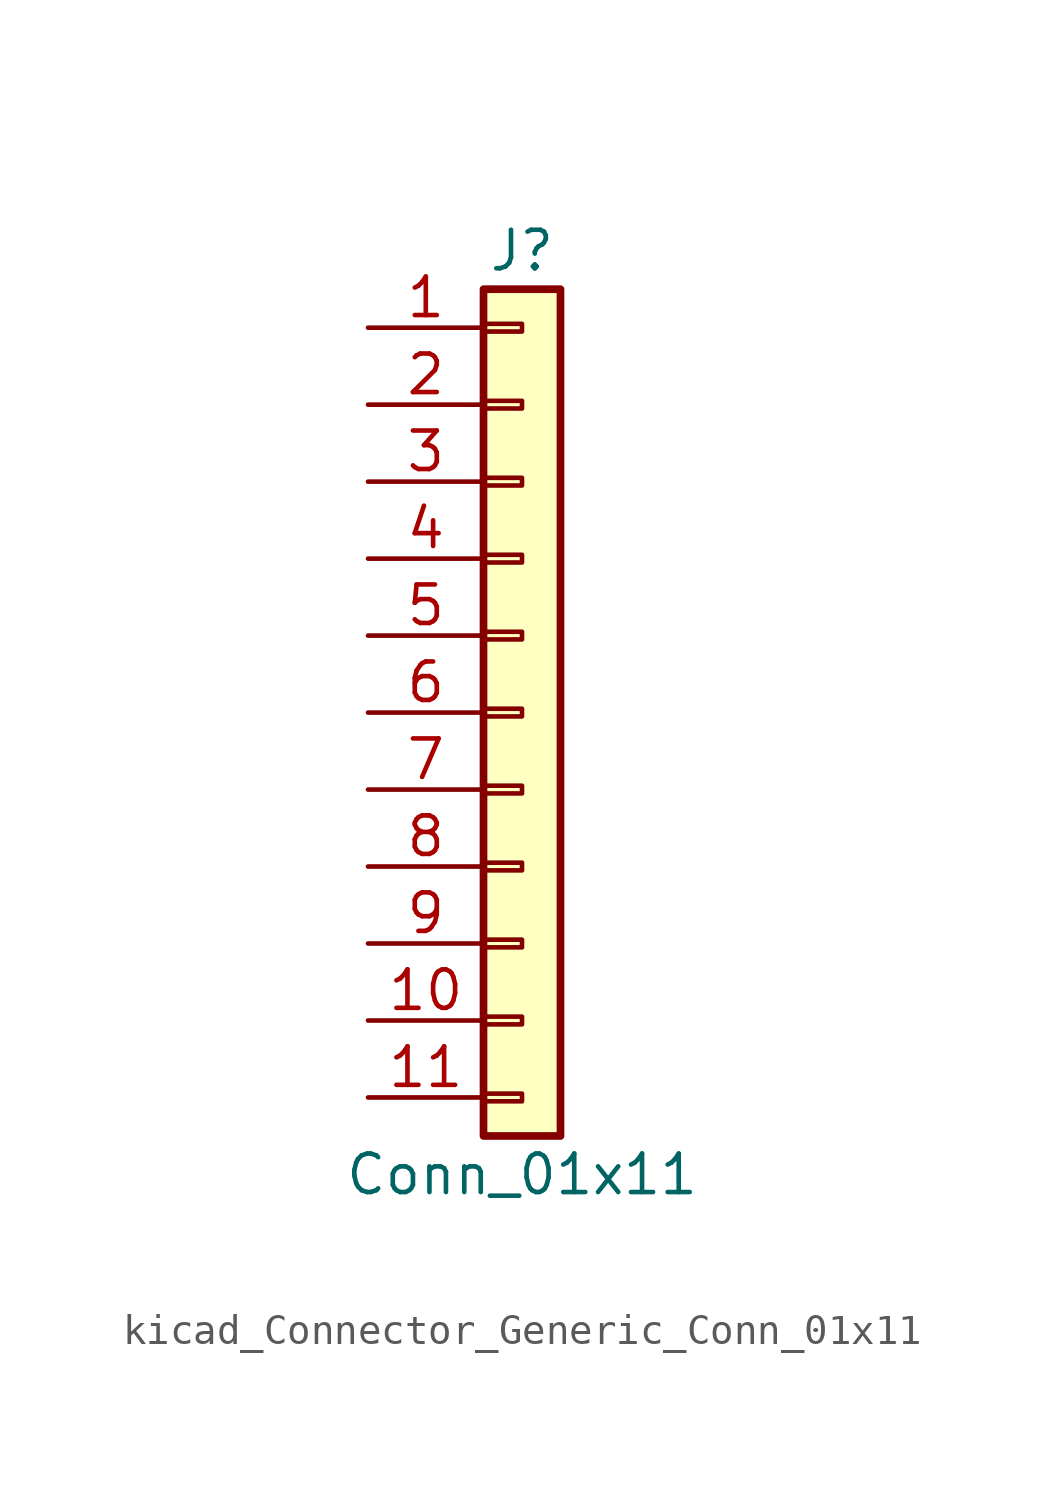
<source format=kicad_sym>
(kicad_symbol_lib
  (version 20220914)
  (generator kicad_symbol_editor)
  (symbol "kicad_Connector_Generic_Conn_01x11"
    (pin_names
      (offset 1.016) hide)
    (property "Reference" "J"
      (at 0 15.24 0)
      (effects (font (size 1.27 1.27))))
    (property "Value" "Conn_01x11"
      (at 0 -15.24 0)
      (effects (font (size 1.27 1.27))))
    (symbol "kicad_Connector_Generic_Conn_01x11_1_1"
      (rectangle (start -1.27 -12.573) (end 0 -12.827) (stroke (width 0.152) (type default)) (fill (type none)))
      (rectangle (start -1.27 -10.033) (end 0 -10.287) (stroke (width 0.152) (type default)) (fill (type none)))
      (rectangle (start -1.27 -7.493) (end 0 -7.747) (stroke (width 0.152) (type default)) (fill (type none)))
      (rectangle (start -1.27 -4.953) (end 0 -5.207) (stroke (width 0.152) (type default)) (fill (type none)))
      (rectangle (start -1.27 -2.413) (end 0 -2.667) (stroke (width 0.152) (type default)) (fill (type none)))
      (rectangle (start -1.27 0.127) (end 0 -0.127) (stroke (width 0.152) (type default)) (fill (type none)))
      (rectangle (start -1.27 2.667) (end 0 2.413) (stroke (width 0.152) (type default)) (fill (type none)))
      (rectangle (start -1.27 5.207) (end 0 4.953) (stroke (width 0.152) (type default)) (fill (type none)))
      (rectangle (start -1.27 7.747) (end 0 7.493) (stroke (width 0.152) (type default)) (fill (type none)))
      (rectangle (start -1.27 10.287) (end 0 10.033) (stroke (width 0.152) (type default)) (fill (type none)))
      (rectangle (start -1.27 12.827) (end 0 12.573) (stroke (width 0.152) (type default)) (fill (type none)))
      (rectangle (start -1.27 13.97) (end 1.27 -13.97) (stroke (width 0.254) (type default)) (fill (type background)))
      (pin passive line (at -5.08 12.7 0) (length 3.81) (name "Pin_1" (effects (font (size 1.27 1.27)))) (number "1" (effects (font (size 1.27 1.27)))))
      (pin passive line (at -5.08 -10.16 0) (length 3.81) (name "Pin_10" (effects (font (size 1.27 1.27)))) (number "10" (effects (font (size 1.27 1.27)))))
      (pin passive line (at -5.08 -12.7 0) (length 3.81) (name "Pin_11" (effects (font (size 1.27 1.27)))) (number "11" (effects (font (size 1.27 1.27)))))
      (pin passive line (at -5.08 10.16 0) (length 3.81) (name "Pin_2" (effects (font (size 1.27 1.27)))) (number "2" (effects (font (size 1.27 1.27)))))
      (pin passive line (at -5.08 7.62 0) (length 3.81) (name "Pin_3" (effects (font (size 1.27 1.27)))) (number "3" (effects (font (size 1.27 1.27)))))
      (pin passive line (at -5.08 5.08 0) (length 3.81) (name "Pin_4" (effects (font (size 1.27 1.27)))) (number "4" (effects (font (size 1.27 1.27)))))
      (pin passive line (at -5.08 2.54 0) (length 3.81) (name "Pin_5" (effects (font (size 1.27 1.27)))) (number "5" (effects (font (size 1.27 1.27)))))
      (pin passive line (at -5.08 0 0) (length 3.81) (name "Pin_6" (effects (font (size 1.27 1.27)))) (number "6" (effects (font (size 1.27 1.27)))))
      (pin passive line (at -5.08 -2.54 0) (length 3.81) (name "Pin_7" (effects (font (size 1.27 1.27)))) (number "7" (effects (font (size 1.27 1.27)))))
      (pin passive line (at -5.08 -5.08 0) (length 3.81) (name "Pin_8" (effects (font (size 1.27 1.27)))) (number "8" (effects (font (size 1.27 1.27)))))
      (pin passive line (at -5.08 -7.62 0) (length 3.81) (name "Pin_9" (effects (font (size 1.27 1.27)))) (number "9" (effects (font (size 1.27 1.27))))))))
</source>
